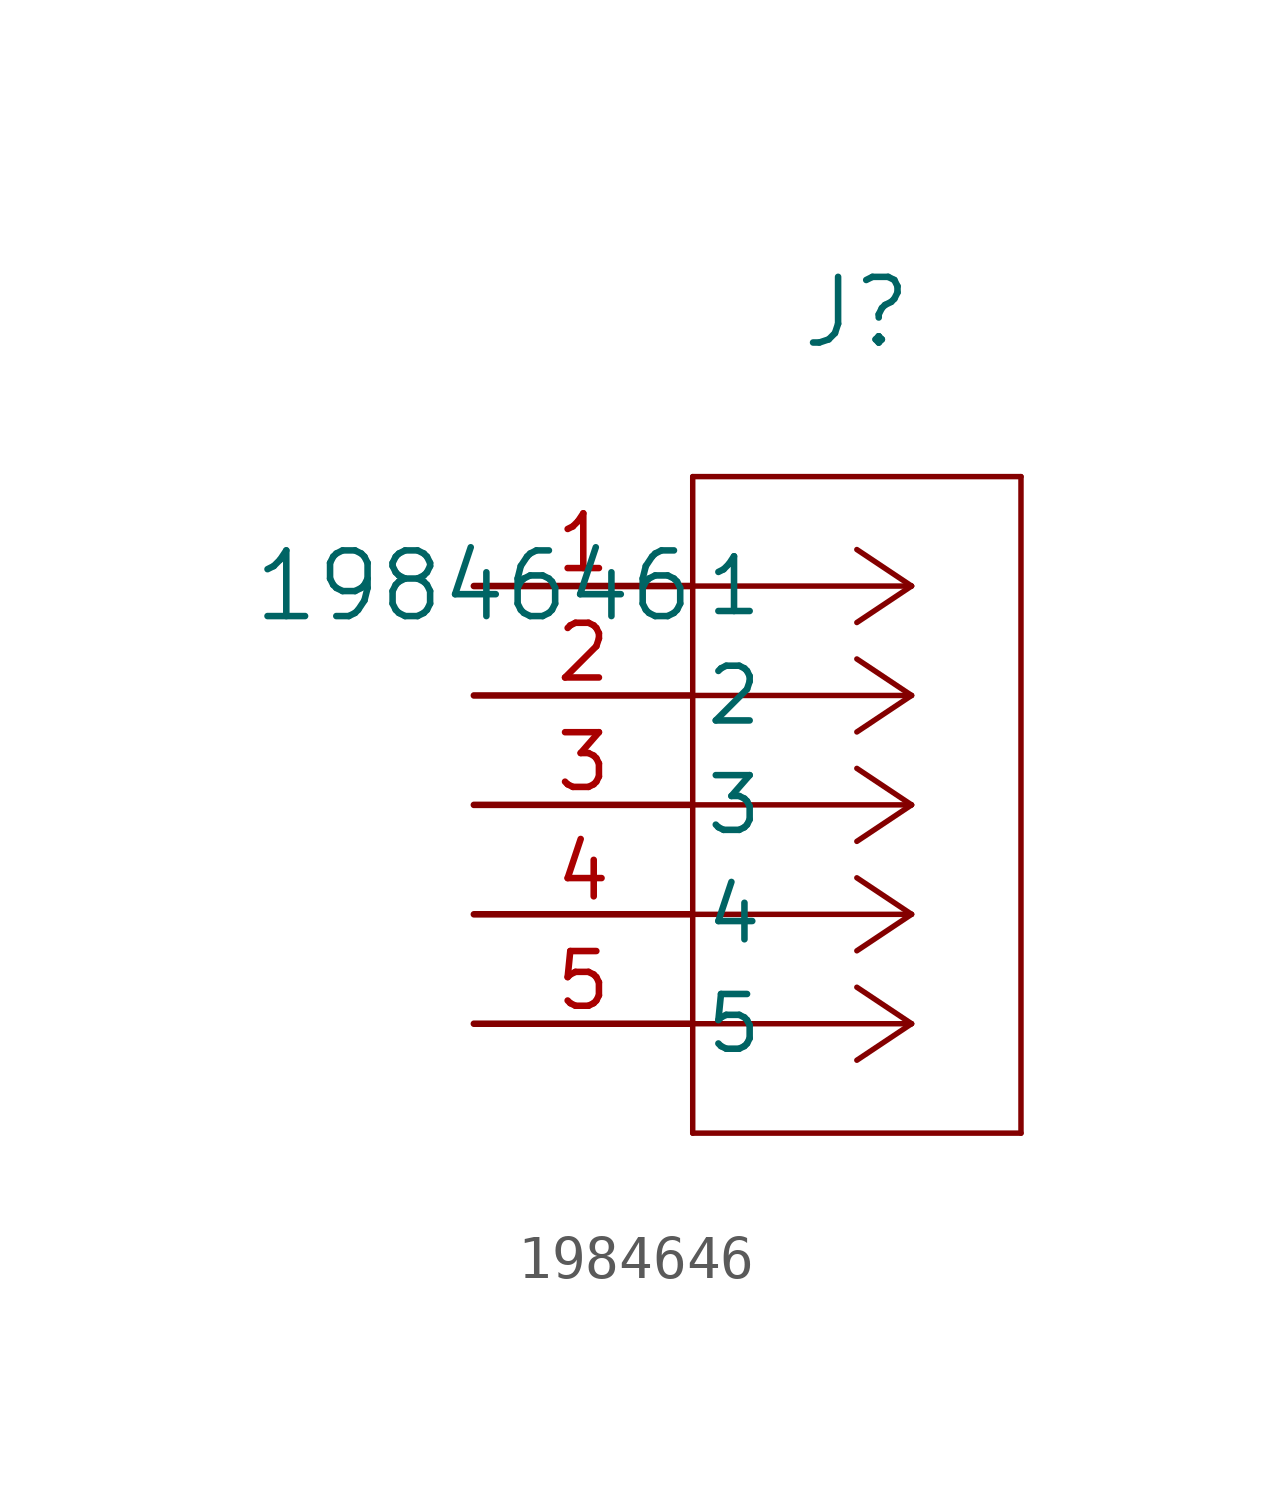
<source format=kicad_sym>
(kicad_symbol_lib
  (version 20211014)
  (generator kicad_symbol_editor)
  (symbol "1984646"
    (pin_names
      (offset 0.254))
    (property "Reference" "J"
      (at 8.89 6.35 0)
      (effects (font (size 1.524 1.524))))
    (property "Value" "1984646"
      (at 0 0 0)
      (effects (font (size 1.524 1.524))))
    (symbol "1984646_0_1"
      (polyline (pts (xy 10.16 0) (xy 5.08 0)) (stroke (width 0.127) (type default) (color 0 0 0 0)) (fill (type none)))
      (polyline (pts (xy 10.16 -2.54) (xy 5.08 -2.54)) (stroke (width 0.127) (type default) (color 0 0 0 0)) (fill (type none)))
      (polyline (pts (xy 10.16 -5.08) (xy 5.08 -5.08)) (stroke (width 0.127) (type default) (color 0 0 0 0)) (fill (type none)))
      (polyline (pts (xy 10.16 -7.62) (xy 5.08 -7.62)) (stroke (width 0.127) (type default) (color 0 0 0 0)) (fill (type none)))
      (polyline (pts (xy 10.16 -10.16) (xy 5.08 -10.16)) (stroke (width 0.127) (type default) (color 0 0 0 0)) (fill (type none)))
      (polyline (pts (xy 10.16 0) (xy 8.89 0.847)) (stroke (width 0.127) (type default) (color 0 0 0 0)) (fill (type none)))
      (polyline (pts (xy 10.16 -2.54) (xy 8.89 -1.693)) (stroke (width 0.127) (type default) (color 0 0 0 0)) (fill (type none)))
      (polyline (pts (xy 10.16 -5.08) (xy 8.89 -4.233)) (stroke (width 0.127) (type default) (color 0 0 0 0)) (fill (type none)))
      (polyline (pts (xy 10.16 -7.62) (xy 8.89 -6.773)) (stroke (width 0.127) (type default) (color 0 0 0 0)) (fill (type none)))
      (polyline (pts (xy 10.16 -10.16) (xy 8.89 -9.313)) (stroke (width 0.127) (type default) (color 0 0 0 0)) (fill (type none)))
      (polyline (pts (xy 10.16 0) (xy 8.89 -0.847)) (stroke (width 0.127) (type default) (color 0 0 0 0)) (fill (type none)))
      (polyline (pts (xy 10.16 -2.54) (xy 8.89 -3.387)) (stroke (width 0.127) (type default) (color 0 0 0 0)) (fill (type none)))
      (polyline (pts (xy 10.16 -5.08) (xy 8.89 -5.927)) (stroke (width 0.127) (type default) (color 0 0 0 0)) (fill (type none)))
      (polyline (pts (xy 10.16 -7.62) (xy 8.89 -8.467)) (stroke (width 0.127) (type default) (color 0 0 0 0)) (fill (type none)))
      (polyline (pts (xy 10.16 -10.16) (xy 8.89 -11.007)) (stroke (width 0.127) (type default) (color 0 0 0 0)) (fill (type none)))
      (polyline (pts (xy 5.08 2.54) (xy 5.08 -12.7)) (stroke (width 0.127) (type default) (color 0 0 0 0)) (fill (type none)))
      (polyline (pts (xy 5.08 -12.7) (xy 12.7 -12.7)) (stroke (width 0.127) (type default) (color 0 0 0 0)) (fill (type none)))
      (polyline (pts (xy 12.7 -12.7) (xy 12.7 2.54)) (stroke (width 0.127) (type default) (color 0 0 0 0)) (fill (type none)))
      (polyline (pts (xy 12.7 2.54) (xy 5.08 2.54)) (stroke (width 0.127) (type default) (color 0 0 0 0)) (fill (type none)))
      (pin unspecified line (at 0 0 0) (length 5.08) (name "1" (effects (font (size 1.27 1.27)))) (number "1" (effects (font (size 1.27 1.27)))))
      (pin unspecified line (at 0 -2.54 0) (length 5.08) (name "2" (effects (font (size 1.27 1.27)))) (number "2" (effects (font (size 1.27 1.27)))))
      (pin unspecified line (at 0 -5.08 0) (length 5.08) (name "3" (effects (font (size 1.27 1.27)))) (number "3" (effects (font (size 1.27 1.27)))))
      (pin unspecified line (at 0 -7.62 0) (length 5.08) (name "4" (effects (font (size 1.27 1.27)))) (number "4" (effects (font (size 1.27 1.27)))))
      (pin unspecified line (at 0 -10.16 0) (length 5.08) (name "5" (effects (font (size 1.27 1.27)))) (number "5" (effects (font (size 1.27 1.27))))))))
</source>
